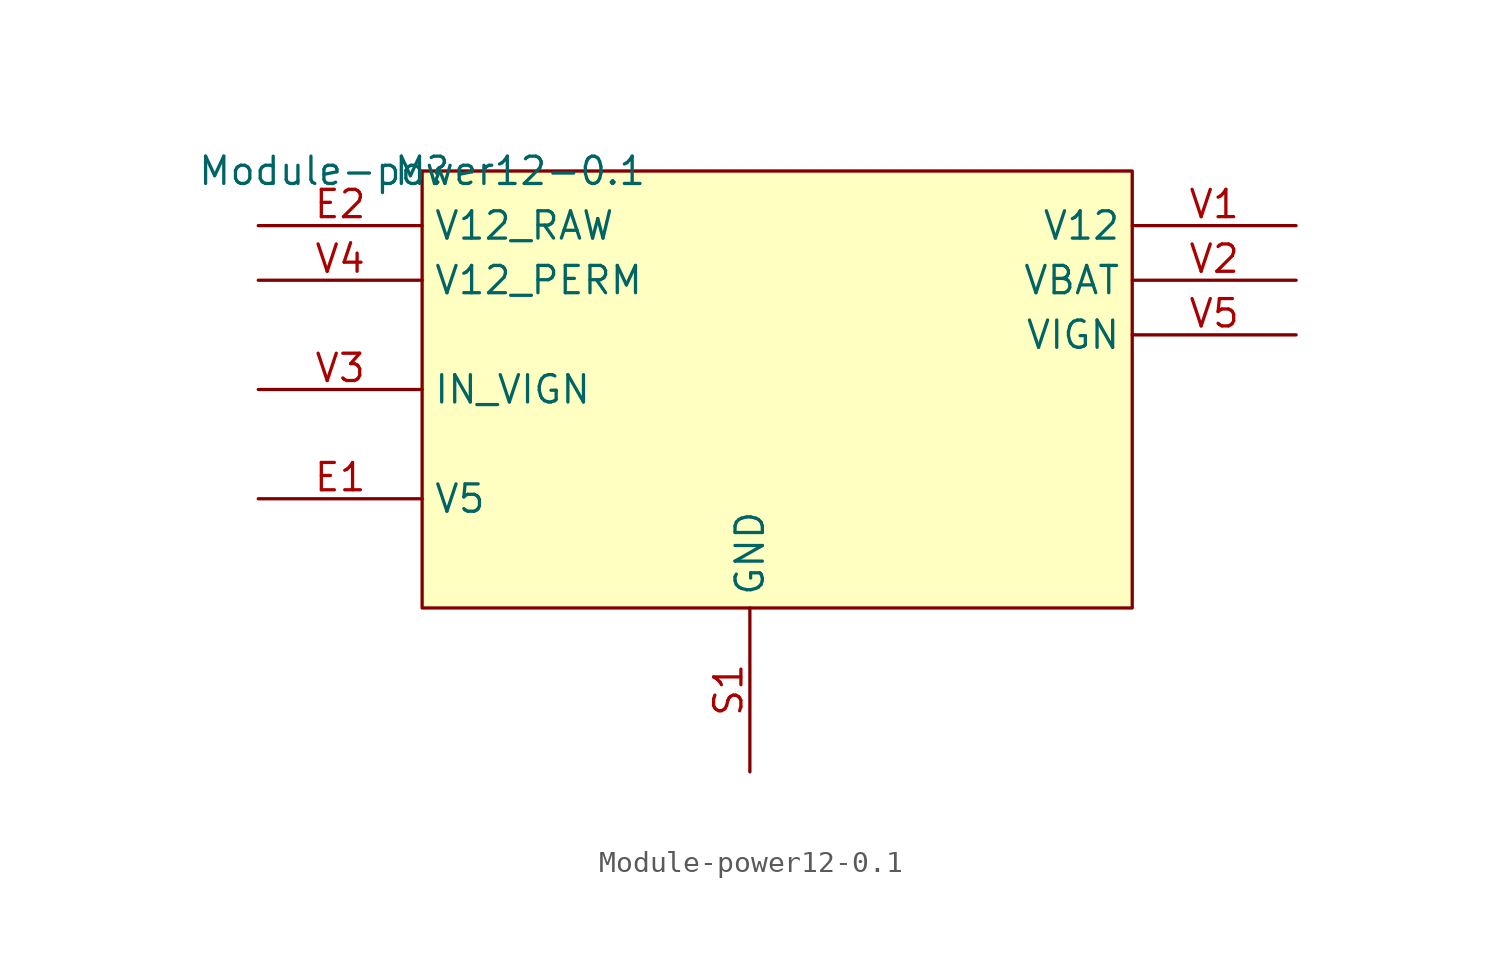
<source format=kicad_sym>
(kicad_symbol_lib
  (version 20201005)
  (generator kicad_symbol_editor)
  (symbol "power12:Module-power12-0.1"
    (property "Reference" "M"
      (at 0 0 0)
      (effects (font (size 1.27 1.27))))
    (property "Value" "Module-power12-0.1"
      (at 0 0 0)
      (effects (font (size 1.27 1.27))))
    (symbol "Module-power12-0.1_1_0"
      (rectangle (start 33.02 0) (end 0 -20.32) (stroke (width 0)) (fill (type background)))
      (pin passive line (at 40.64 -2.54 180) (length 7.62) (name "V12" (effects (font (size 1.27 1.27)))) (number "V1" (effects (font (size 1.27 1.27)))))
      (pin passive line (at 40.64 -5.08 180) (length 7.62) (name "VBAT" (effects (font (size 1.27 1.27)))) (number "V2" (effects (font (size 1.27 1.27)))))
      (pin passive line (at -7.62 -15.24 0) (length 7.62) (name "V5" (effects (font (size 1.27 1.27)))) (number "E1" (effects (font (size 1.27 1.27)))))
      (pin passive line (at -7.62 -2.54 0) (length 7.62) (name "V12_RAW" (effects (font (size 1.27 1.27)))) (number "E2" (effects (font (size 1.27 1.27)))))
      (pin passive line (at -7.62 -10.16 0) (length 7.62) (name "IN_VIGN" (effects (font (size 1.27 1.27)))) (number "V3" (effects (font (size 1.27 1.27)))))
      (pin passive line (at -7.62 -5.08 0) (length 7.62) (name "V12_PERM" (effects (font (size 1.27 1.27)))) (number "V4" (effects (font (size 1.27 1.27)))))
      (pin passive line (at 15.24 -27.94 90) (length 7.62) (name "GND" (effects (font (size 1.27 1.27)))) (number "S1" (effects (font (size 1.27 1.27)))))
      (pin passive line (at 40.64 -7.62 180) (length 7.62) (name "VIGN" (effects (font (size 1.27 1.27)))) (number "V5" (effects (font (size 1.27 1.27))))))))
</source>
